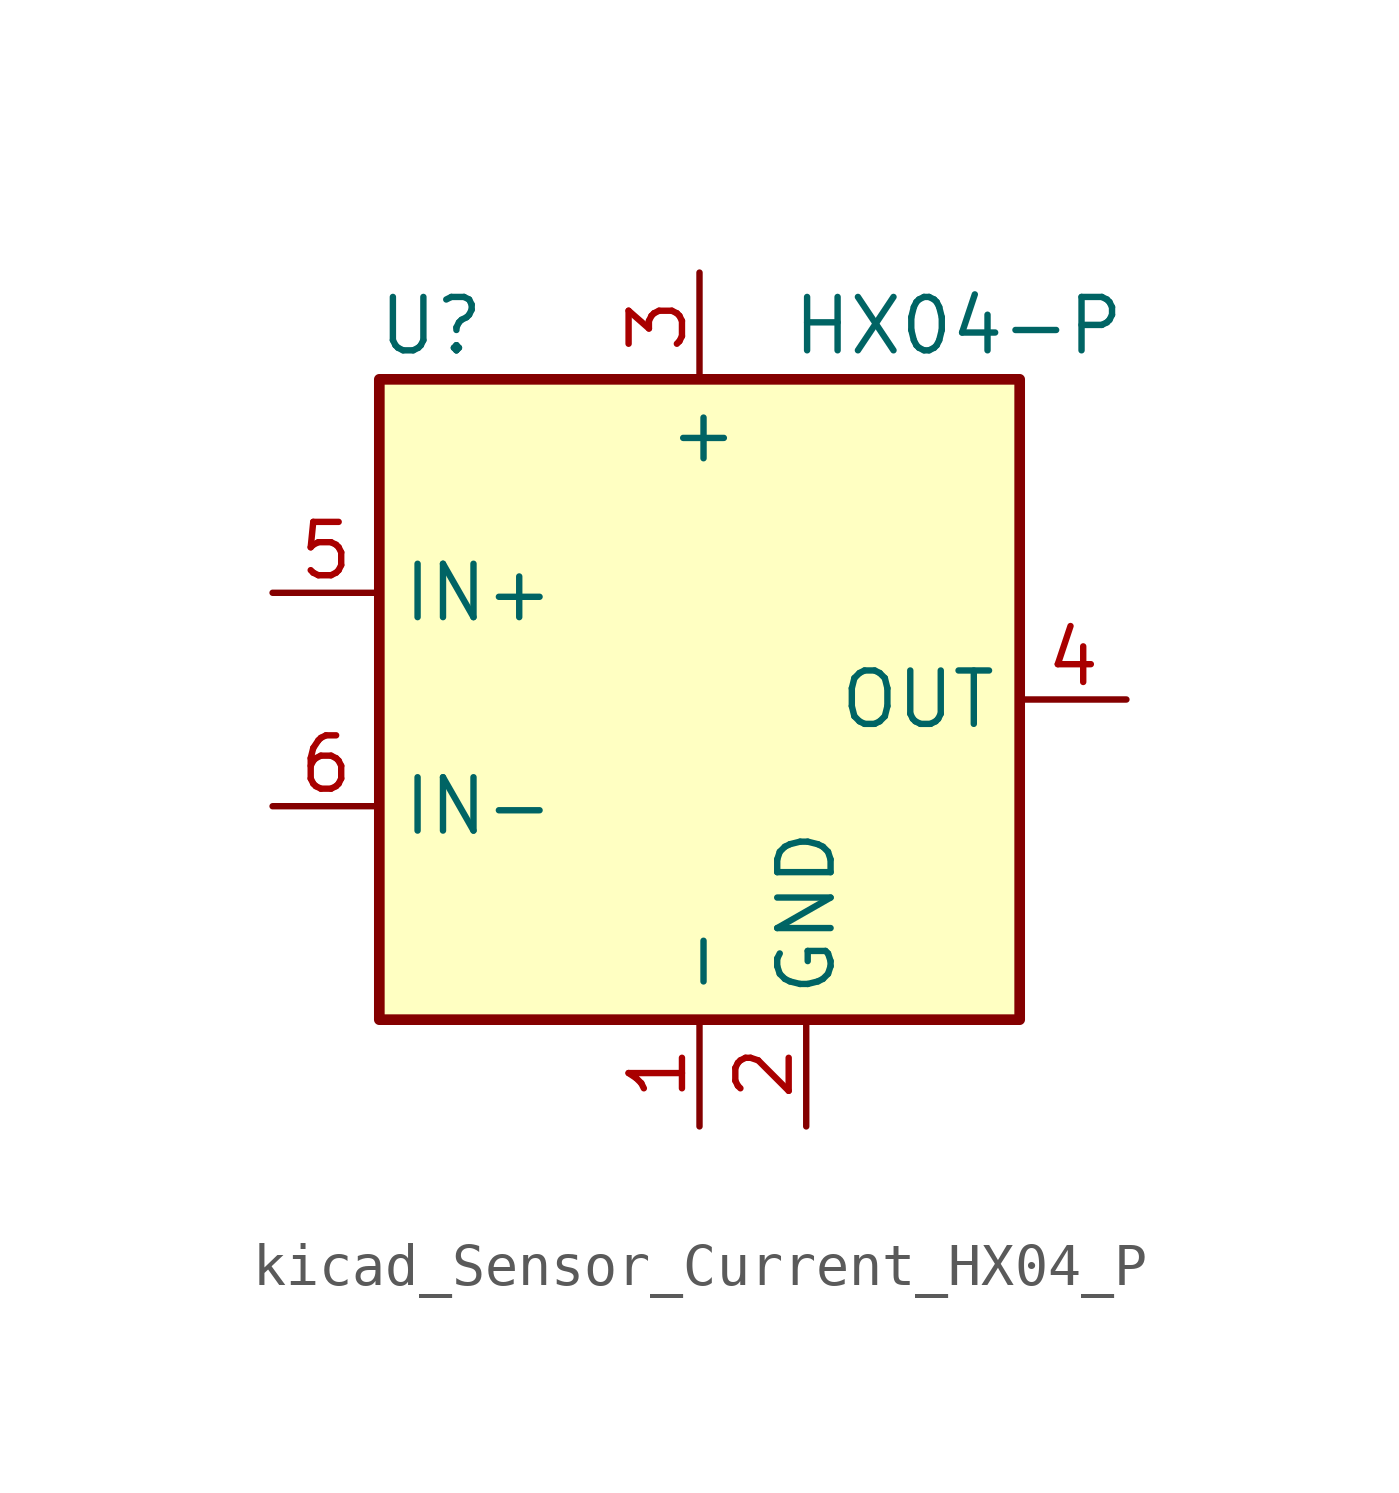
<source format=kicad_sym>
(kicad_symbol_lib
  (version 20220914)
  (generator kicad_symbol_editor)
  (symbol "kicad_Sensor_Current_HX04_P"
    (property "Reference" "U"
      (at -5.08 8.89 0)
      (effects (font (size 1.27 1.27)) (justify right)))
    (property "Value" "HX04-P"
      (at 10.16 8.89 0)
      (effects (font (size 1.27 1.27)) (justify right)))
    (symbol "kicad_Sensor_Current_HX04_P_0_1"
      (rectangle (start -7.62 7.62) (end 7.62 -7.62) (stroke (width 0.254) (type default)) (fill (type background))))
    (symbol "kicad_Sensor_Current_HX04_P_1_1"
      (pin power_in line (at 0 -10.16 90) (length 2.54) (name "-" (effects (font (size 1.27 1.27)))) (number "1" (effects (font (size 1.27 1.27)))))
      (pin power_in line (at 2.54 -10.16 90) (length 2.54) (name "GND" (effects (font (size 1.27 1.27)))) (number "2" (effects (font (size 1.27 1.27)))))
      (pin power_in line (at 0 10.16 270) (length 2.54) (name "+" (effects (font (size 1.27 1.27)))) (number "3" (effects (font (size 1.27 1.27)))))
      (pin output line (at 10.16 0 180) (length 2.54) (name "OUT" (effects (font (size 1.27 1.27)))) (number "4" (effects (font (size 1.27 1.27)))))
      (pin passive line (at -10.16 2.54 0) (length 2.54) (name "IN+" (effects (font (size 1.27 1.27)))) (number "5" (effects (font (size 1.27 1.27)))))
      (pin passive line (at -10.16 -2.54 0) (length 2.54) (name "IN-" (effects (font (size 1.27 1.27)))) (number "6" (effects (font (size 1.27 1.27))))))))
</source>
